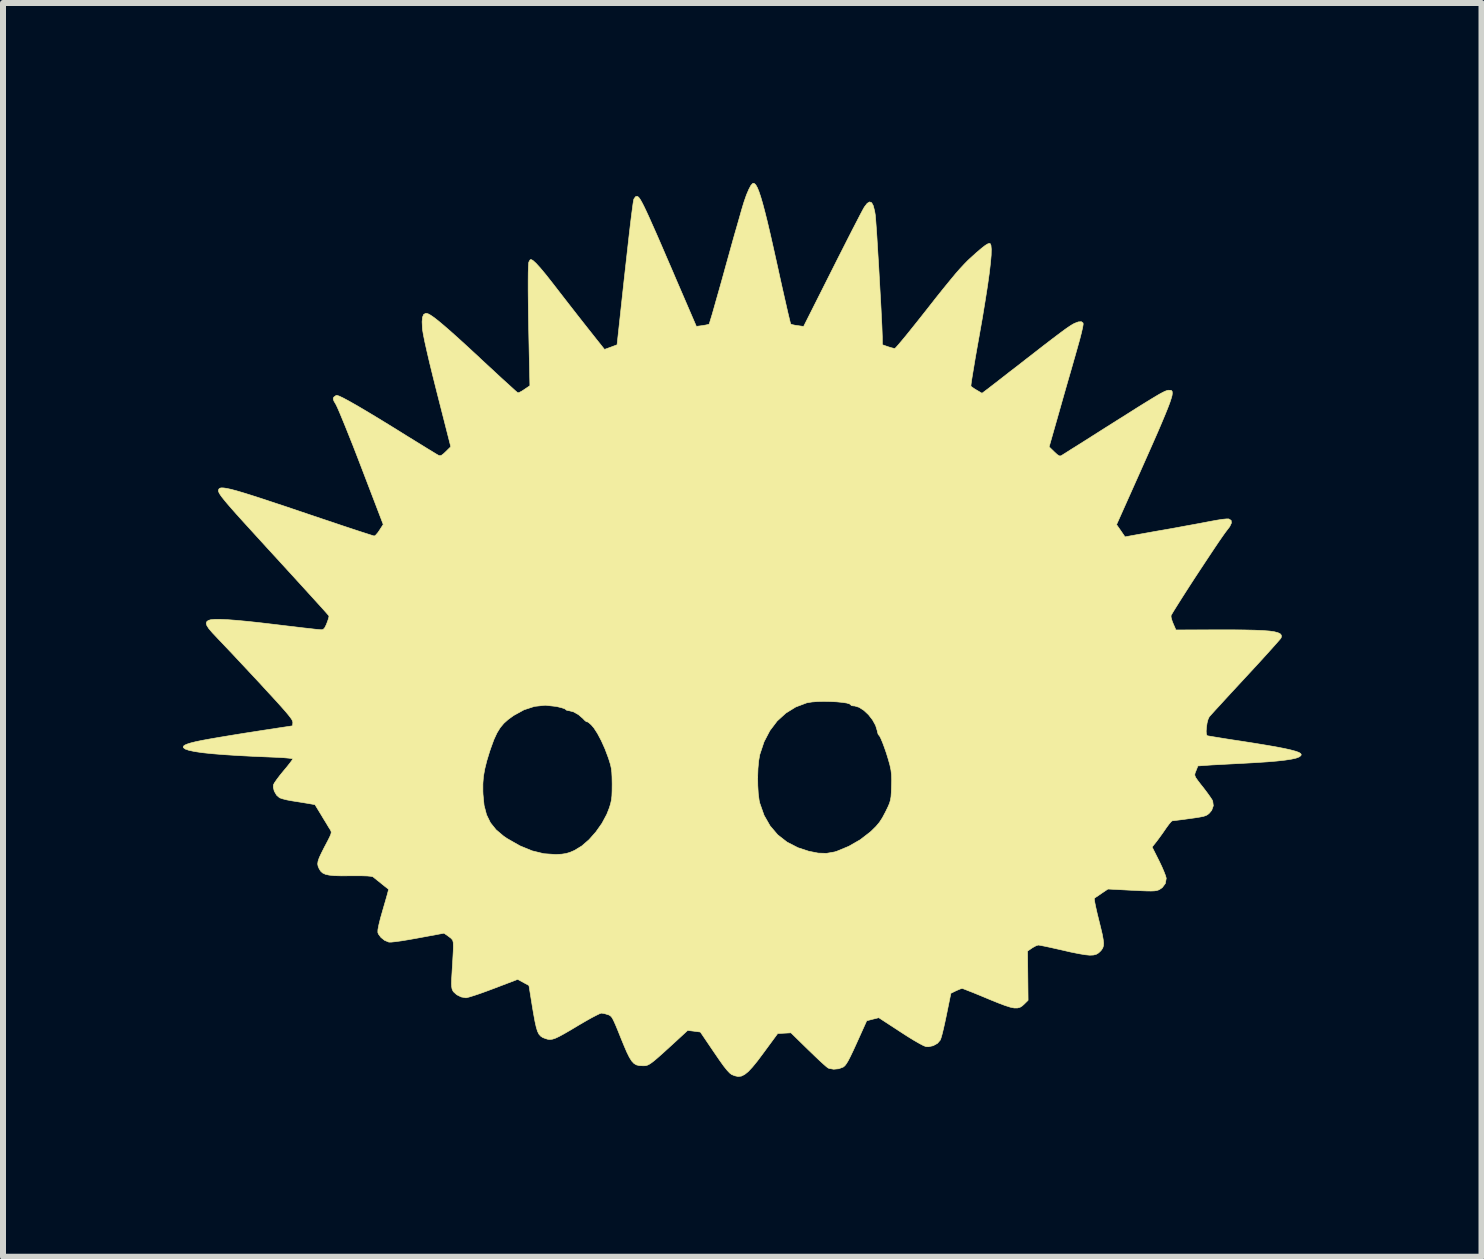
<source format=kicad_pcb>
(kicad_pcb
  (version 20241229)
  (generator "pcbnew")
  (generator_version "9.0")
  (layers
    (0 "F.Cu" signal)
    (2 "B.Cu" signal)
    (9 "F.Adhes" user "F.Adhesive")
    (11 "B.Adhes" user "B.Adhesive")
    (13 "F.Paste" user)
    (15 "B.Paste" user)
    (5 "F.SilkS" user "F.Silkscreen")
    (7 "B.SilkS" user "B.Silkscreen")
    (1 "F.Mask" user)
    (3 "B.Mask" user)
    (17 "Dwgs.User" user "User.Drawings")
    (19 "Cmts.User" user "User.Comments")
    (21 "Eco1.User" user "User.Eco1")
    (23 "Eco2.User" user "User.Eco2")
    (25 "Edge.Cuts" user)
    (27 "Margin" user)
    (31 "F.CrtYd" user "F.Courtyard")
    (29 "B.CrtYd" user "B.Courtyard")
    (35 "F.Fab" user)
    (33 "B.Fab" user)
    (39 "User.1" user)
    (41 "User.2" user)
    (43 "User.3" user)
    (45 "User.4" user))
  (footprint "corro_head"
    (layer "F.Cu")
    (at 9.315 7.449)
    (property "Reference" "corro_head" (at 0 0 0) (layer "F.SilkS") (effects (font (size 1.524 1.524) (thickness 0.3))))
    (attr through_hole)
    (fp_poly (pts (xy 0.215 -7.437) (xy 0.237 -7.413) (xy 0.261 -7.37) (xy 0.287 -7.306) (xy 0.316 -7.22) (xy 0.349 -7.108) (xy 0.386 -6.969) (xy 0.428 -6.801) (xy 0.475 -6.601) (xy 0.528 -6.367) (xy 0.588 -6.097) (xy 0.597 -6.057) (xy 0.638 -5.87) (xy 0.677 -5.695) (xy 0.713 -5.536) (xy 0.745 -5.395) (xy 0.772 -5.277) (xy 0.794 -5.186) (xy 0.809 -5.125) (xy 0.817 -5.098) (xy 0.818 -5.097) (xy 0.843 -5.087) (xy 0.894 -5.076) (xy 0.931 -5.071) (xy 1.032 -5.057) (xy 1.512 -6.011) (xy 1.604 -6.194) (xy 1.692 -6.367) (xy 1.774 -6.529) (xy 1.849 -6.676) (xy 1.915 -6.803) (xy 1.969 -6.908) (xy 2.011 -6.987) (xy 2.038 -7.036) (xy 2.045 -7.048) (xy 2.092 -7.109) (xy 2.132 -7.133) (xy 2.166 -7.12) (xy 2.193 -7.07) (xy 2.216 -6.981) (xy 2.227 -6.914) (xy 2.231 -6.869) (xy 2.237 -6.79) (xy 2.245 -6.682) (xy 2.254 -6.549) (xy 2.263 -6.397) (xy 2.273 -6.23) (xy 2.284 -6.053) (xy 2.294 -5.872) (xy 2.304 -5.691) (xy 2.314 -5.515) (xy 2.323 -5.349) (xy 2.33 -5.197) (xy 2.337 -5.066) (xy 2.341 -4.959) (xy 2.344 -4.881) (xy 2.344 -4.852) (xy 2.345 -4.752) (xy 2.436 -4.72) (xy 2.494 -4.702) (xy 2.539 -4.691) (xy 2.552 -4.689) (xy 2.569 -4.704) (xy 2.607 -4.747) (xy 2.664 -4.814) (xy 2.738 -4.903) (xy 2.824 -5.01) (xy 2.922 -5.132) (xy 3.028 -5.266) (xy 3.096 -5.352) (xy 3.241 -5.537) (xy 3.366 -5.693) (xy 3.473 -5.824) (xy 3.564 -5.934) (xy 3.643 -6.024) (xy 3.712 -6.098) (xy 3.773 -6.16) (xy 3.802 -6.187) (xy 3.911 -6.286) (xy 3.997 -6.359) (xy 4.06 -6.408) (xy 4.105 -6.435) (xy 4.133 -6.441) (xy 4.141 -6.439) (xy 4.155 -6.41) (xy 4.161 -6.346) (xy 4.159 -6.247) (xy 4.147 -6.113) (xy 4.127 -5.942) (xy 4.098 -5.735) (xy 4.06 -5.492) (xy 4.014 -5.211) (xy 3.958 -4.893) (xy 3.948 -4.838) (xy 3.918 -4.67) (xy 3.891 -4.515) (xy 3.868 -4.375) (xy 3.848 -4.256) (xy 3.833 -4.162) (xy 3.824 -4.097) (xy 3.821 -4.064) (xy 3.821 -4.061) (xy 3.843 -4.043) (xy 3.887 -4.013) (xy 3.919 -3.994) (xy 4.006 -3.943) (xy 4.079 -3.998) (xy 4.111 -4.022) (xy 4.17 -4.068) (xy 4.252 -4.131) (xy 4.352 -4.209) (xy 4.467 -4.299) (xy 4.594 -4.396) (xy 4.719 -4.494) (xy 4.892 -4.628) (xy 5.037 -4.741) (xy 5.157 -4.833) (xy 5.256 -4.908) (xy 5.336 -4.968) (xy 5.4 -5.015) (xy 5.451 -5.05) (xy 5.492 -5.077) (xy 5.526 -5.097) (xy 5.546 -5.108) (xy 5.612 -5.133) (xy 5.663 -5.136) (xy 5.691 -5.114) (xy 5.691 -5.114) (xy 5.692 -5.088) (xy 5.683 -5.037) (xy 5.665 -4.957) (xy 5.637 -4.847) (xy 5.597 -4.704) (xy 5.547 -4.527) (xy 5.54 -4.504) (xy 5.516 -4.419) (xy 5.483 -4.304) (xy 5.443 -4.166) (xy 5.399 -4.013) (xy 5.353 -3.852) (xy 5.307 -3.689) (xy 5.296 -3.65) (xy 5.125 -3.05) (xy 5.21 -2.967) (xy 5.261 -2.92) (xy 5.294 -2.899) (xy 5.32 -2.899) (xy 5.33 -2.904) (xy 5.353 -2.919) (xy 5.406 -2.952) (xy 5.484 -3.002) (xy 5.585 -3.065) (xy 5.704 -3.14) (xy 5.838 -3.225) (xy 5.983 -3.317) (xy 6.057 -3.364) (xy 6.263 -3.494) (xy 6.44 -3.605) (xy 6.588 -3.699) (xy 6.712 -3.776) (xy 6.813 -3.838) (xy 6.894 -3.887) (xy 6.958 -3.925) (xy 7.008 -3.952) (xy 7.045 -3.971) (xy 7.074 -3.983) (xy 7.096 -3.99) (xy 7.114 -3.993) (xy 7.121 -3.993) (xy 7.162 -3.991) (xy 7.177 -3.971) (xy 7.178 -3.934) (xy 7.173 -3.901) (xy 7.159 -3.853) (xy 7.137 -3.786) (xy 7.104 -3.699) (xy 7.06 -3.59) (xy 7.004 -3.456) (xy 6.936 -3.297) (xy 6.853 -3.108) (xy 6.756 -2.889) (xy 6.644 -2.637) (xy 6.619 -2.581) (xy 6.249 -1.753) (xy 6.32 -1.651) (xy 6.39 -1.549) (xy 6.482 -1.566) (xy 6.527 -1.574) (xy 6.603 -1.588) (xy 6.706 -1.606) (xy 6.827 -1.628) (xy 6.962 -1.652) (xy 7.073 -1.671) (xy 7.225 -1.698) (xy 7.38 -1.727) (xy 7.53 -1.754) (xy 7.664 -1.779) (xy 7.774 -1.8) (xy 7.822 -1.809) (xy 7.921 -1.827) (xy 8.008 -1.841) (xy 8.077 -1.848) (xy 8.118 -1.848) (xy 8.12 -1.848) (xy 8.159 -1.824) (xy 8.164 -1.781) (xy 8.135 -1.719) (xy 8.083 -1.651) (xy 8.056 -1.615) (xy 8.012 -1.553) (xy 7.954 -1.469) (xy 7.884 -1.365) (xy 7.806 -1.248) (xy 7.722 -1.121) (xy 7.634 -0.988) (xy 7.546 -0.854) (xy 7.461 -0.723) (xy 7.381 -0.598) (xy 7.309 -0.485) (xy 7.248 -0.388) (xy 7.2 -0.311) (xy 7.169 -0.258) (xy 7.156 -0.234) (xy 7.16 -0.2) (xy 7.176 -0.145) (xy 7.194 -0.1) (xy 7.239 0.003) (xy 7.942 0.001) (xy 8.181 0.001) (xy 8.384 0.003) (xy 8.552 0.007) (xy 8.689 0.013) (xy 8.798 0.021) (xy 8.88 0.033) (xy 8.938 0.048) (xy 8.976 0.066) (xy 8.995 0.089) (xy 8.997 0.115) (xy 8.992 0.134) (xy 8.977 0.155) (xy 8.937 0.201) (xy 8.877 0.269) (xy 8.798 0.357) (xy 8.704 0.461) (xy 8.597 0.578) (xy 8.48 0.705) (xy 8.403 0.788) (xy 8.28 0.921) (xy 8.165 1.045) (xy 8.06 1.159) (xy 7.969 1.259) (xy 7.893 1.341) (xy 7.837 1.403) (xy 7.802 1.442) (xy 7.793 1.453) (xy 7.774 1.494) (xy 7.758 1.554) (xy 7.748 1.623) (xy 7.743 1.688) (xy 7.746 1.74) (xy 7.758 1.765) (xy 7.76 1.766) (xy 7.786 1.771) (xy 7.845 1.781) (xy 7.931 1.795) (xy 8.041 1.813) (xy 8.168 1.833) (xy 8.308 1.854) (xy 8.314 1.855) (xy 8.551 1.892) (xy 8.751 1.925) (xy 8.918 1.954) (xy 9.052 1.98) (xy 9.157 2.004) (xy 9.235 2.025) (xy 9.288 2.044) (xy 9.318 2.063) (xy 9.328 2.082) (xy 9.321 2.099) (xy 9.291 2.121) (xy 9.24 2.14) (xy 9.163 2.157) (xy 9.059 2.173) (xy 8.925 2.188) (xy 8.759 2.202) (xy 8.558 2.215) (xy 8.343 2.227) (xy 8.207 2.234) (xy 8.073 2.241) (xy 7.95 2.248) (xy 7.847 2.253) (xy 7.773 2.258) (xy 7.764 2.259) (xy 7.605 2.27) (xy 7.574 2.349) (xy 7.56 2.383) (xy 7.553 2.41) (xy 7.556 2.436) (xy 7.571 2.468) (xy 7.602 2.512) (xy 7.651 2.576) (xy 7.702 2.64) (xy 7.758 2.714) (xy 7.806 2.781) (xy 7.84 2.832) (xy 7.852 2.856) (xy 7.862 2.934) (xy 7.835 3.01) (xy 7.795 3.058) (xy 7.769 3.08) (xy 7.739 3.097) (xy 7.696 3.111) (xy 7.634 3.123) (xy 7.545 3.137) (xy 7.47 3.147) (xy 7.371 3.161) (xy 7.284 3.172) (xy 7.219 3.18) (xy 7.183 3.184) (xy 7.178 3.184) (xy 7.158 3.2) (xy 7.124 3.24) (xy 7.081 3.298) (xy 7.068 3.317) (xy 7.015 3.394) (xy 6.959 3.471) (xy 6.913 3.533) (xy 6.911 3.535) (xy 6.842 3.622) (xy 6.959 3.855) (xy 7.003 3.947) (xy 7.039 4.031) (xy 7.065 4.098) (xy 7.077 4.141) (xy 7.077 4.145) (xy 7.062 4.23) (xy 7.011 4.298) (xy 6.966 4.329) (xy 6.942 4.34) (xy 6.914 4.348) (xy 6.877 4.353) (xy 6.824 4.355) (xy 6.751 4.354) (xy 6.651 4.35) (xy 6.518 4.343) (xy 6.504 4.343) (xy 6.106 4.322) (xy 6 4.393) (xy 5.944 4.432) (xy 5.9 4.461) (xy 5.879 4.475) (xy 5.879 4.496) (xy 5.887 4.549) (xy 5.903 4.627) (xy 5.925 4.725) (xy 5.95 4.826) (xy 5.985 4.968) (xy 6.011 5.078) (xy 6.026 5.161) (xy 6.033 5.223) (xy 6.03 5.269) (xy 6.019 5.304) (xy 6 5.335) (xy 5.983 5.355) (xy 5.949 5.387) (xy 5.911 5.41) (xy 5.864 5.422) (xy 5.802 5.425) (xy 5.722 5.417) (xy 5.617 5.399) (xy 5.482 5.372) (xy 5.366 5.345) (xy 5.246 5.318) (xy 5.139 5.294) (xy 5.049 5.275) (xy 4.983 5.262) (xy 4.948 5.256) (xy 4.945 5.256) (xy 4.91 5.266) (xy 4.86 5.293) (xy 4.839 5.306) (xy 4.765 5.357) (xy 4.774 6.177) (xy 4.715 6.235) (xy 4.677 6.27) (xy 4.639 6.294) (xy 4.596 6.305) (xy 4.543 6.305) (xy 4.475 6.291) (xy 4.388 6.263) (xy 4.277 6.221) (xy 4.136 6.164) (xy 4.096 6.147) (xy 3.978 6.098) (xy 3.873 6.055) (xy 3.784 6.02) (xy 3.718 5.994) (xy 3.68 5.98) (xy 3.674 5.979) (xy 3.646 5.987) (xy 3.598 6.007) (xy 3.571 6.019) (xy 3.487 6.06) (xy 3.413 6.423) (xy 3.388 6.541) (xy 3.364 6.649) (xy 3.342 6.739) (xy 3.323 6.805) (xy 3.311 6.839) (xy 3.264 6.894) (xy 3.192 6.934) (xy 3.113 6.951) (xy 3.073 6.949) (xy 3.033 6.934) (xy 2.966 6.899) (xy 2.875 6.847) (xy 2.766 6.78) (xy 2.645 6.702) (xy 2.285 6.467) (xy 2.185 6.492) (xy 2.084 6.518) (xy 1.918 6.886) (xy 1.859 7.015) (xy 1.812 7.113) (xy 1.775 7.185) (xy 1.745 7.234) (xy 1.72 7.267) (xy 1.696 7.287) (xy 1.692 7.29) (xy 1.618 7.318) (xy 1.533 7.326) (xy 1.455 7.312) (xy 1.44 7.305) (xy 1.413 7.285) (xy 1.364 7.242) (xy 1.296 7.18) (xy 1.216 7.104) (xy 1.128 7.019) (xy 1.109 7.001) (xy 0.821 6.719) (xy 0.71 6.725) (xy 0.6 6.731) (xy 0.363 7.053) (xy 0.263 7.187) (xy 0.179 7.29) (xy 0.109 7.365) (xy 0.048 7.414) (xy -0.007 7.441) (xy -0.061 7.447) (xy -0.117 7.435) (xy -0.17 7.413) (xy -0.201 7.389) (xy -0.244 7.343) (xy -0.3 7.273) (xy -0.371 7.174) (xy -0.46 7.044) (xy -0.46 7.044) (xy -0.689 6.706) (xy -0.795 6.692) (xy -0.901 6.679) (xy -1.08 6.844) (xy -1.208 6.961) (xy -1.31 7.054) (xy -1.391 7.126) (xy -1.454 7.18) (xy -1.503 7.218) (xy -1.541 7.243) (xy -1.571 7.258) (xy -1.599 7.266) (xy -1.626 7.268) (xy -1.652 7.268) (xy -1.708 7.265) (xy -1.755 7.254) (xy -1.796 7.23) (xy -1.834 7.189) (xy -1.873 7.127) (xy -1.916 7.04) (xy -1.966 6.923) (xy -2.012 6.811) (xy -2.062 6.686) (xy -2.101 6.592) (xy -2.131 6.525) (xy -2.154 6.479) (xy -2.174 6.45) (xy -2.194 6.433) (xy -2.215 6.421) (xy -2.228 6.417) (xy -2.286 6.399) (xy -2.335 6.391) (xy -2.339 6.391) (xy -2.368 6.4) (xy -2.424 6.427) (xy -2.503 6.468) (xy -2.597 6.521) (xy -2.702 6.582) (xy -2.727 6.597) (xy -2.859 6.676) (xy -2.963 6.736) (xy -3.044 6.78) (xy -3.106 6.809) (xy -3.155 6.825) (xy -3.195 6.83) (xy -3.231 6.827) (xy -3.268 6.816) (xy -3.271 6.815) (xy -3.316 6.798) (xy -3.352 6.774) (xy -3.381 6.741) (xy -3.405 6.692) (xy -3.426 6.622) (xy -3.447 6.528) (xy -3.47 6.402) (xy -3.486 6.308) (xy -3.547 5.93) (xy -3.735 5.828) (xy -4.139 5.982) (xy -4.26 6.027) (xy -4.371 6.067) (xy -4.467 6.099) (xy -4.542 6.122) (xy -4.589 6.134) (xy -4.598 6.135) (xy -4.677 6.121) (xy -4.751 6.084) (xy -4.807 6.033) (xy -4.817 6.015) (xy -4.829 5.988) (xy -4.835 5.951) (xy -4.838 5.9) (xy -4.836 5.826) (xy -4.83 5.724) (xy -4.827 5.671) (xy -4.82 5.559) (xy -4.814 5.45) (xy -4.809 5.357) (xy -4.807 5.289) (xy -4.807 5.275) (xy -4.809 5.212) (xy -4.819 5.173) (xy -4.846 5.143) (xy -4.885 5.113) (xy -4.963 5.058) (xy -5.395 5.138) (xy -5.541 5.164) (xy -5.667 5.185) (xy -5.769 5.199) (xy -5.843 5.207) (xy -5.883 5.207) (xy -5.884 5.206) (xy -5.953 5.178) (xy -6.014 5.129) (xy -6.057 5.071) (xy -6.066 5.045) (xy -6.065 5.001) (xy -6.05 4.922) (xy -6.022 4.808) (xy -5.98 4.661) (xy -5.98 4.661) (xy -5.949 4.554) (xy -5.922 4.461) (xy -5.902 4.388) (xy -5.89 4.341) (xy -5.887 4.326) (xy -5.903 4.313) (xy -5.942 4.283) (xy -5.996 4.24) (xy -6.008 4.23) (xy -6.068 4.182) (xy -6.118 4.142) (xy -6.148 4.118) (xy -6.151 4.117) (xy -6.18 4.11) (xy -6.243 4.104) (xy -6.337 4.101) (xy -6.457 4.101) (xy -6.526 4.101) (xy -6.675 4.102) (xy -6.791 4.099) (xy -6.878 4.09) (xy -6.941 4.076) (xy -6.987 4.054) (xy -7.02 4.023) (xy -7.044 3.984) (xy -7.062 3.943) (xy -7.069 3.904) (xy -7.063 3.859) (xy -7.043 3.8) (xy -7.007 3.723) (xy -6.954 3.618) (xy -6.951 3.613) (xy -6.902 3.52) (xy -6.869 3.454) (xy -6.85 3.41) (xy -6.843 3.379) (xy -6.847 3.357) (xy -6.858 3.335) (xy -6.863 3.327) (xy -6.888 3.288) (xy -6.926 3.224) (xy -6.973 3.148) (xy -7.005 3.094) (xy -7.114 2.915) (xy -7.235 2.894) (xy -7.32 2.88) (xy -7.42 2.864) (xy -7.503 2.851) (xy -7.583 2.836) (xy -7.654 2.818) (xy -7.703 2.801) (xy -7.705 2.8) (xy -7.754 2.757) (xy -7.791 2.693) (xy -4.315 2.693) (xy -4.313 2.742) (xy -4.295 2.927) (xy -4.254 3.084) (xy -4.189 3.217) (xy -4.095 3.334) (xy -3.971 3.439) (xy -3.911 3.48) (xy -3.699 3.601) (xy -3.495 3.685) (xy -3.298 3.733) (xy -3.106 3.746) (xy -3.097 3.746) (xy -3.002 3.741) (xy -2.929 3.73) (xy -2.864 3.711) (xy -2.79 3.679) (xy -2.788 3.678) (xy -2.666 3.604) (xy -2.545 3.499) (xy -2.431 3.37) (xy -2.33 3.227) (xy -2.249 3.076) (xy -2.207 2.969) (xy -2.186 2.9) (xy -2.172 2.837) (xy -2.164 2.769) (xy -2.161 2.683) (xy -2.16 2.57) (xy -2.16 2.569) (xy -2.162 2.459) (xy -2.162 2.455) (xy 0.266 2.455) (xy 0.268 2.599) (xy 0.276 2.733) (xy 0.291 2.846) (xy 0.301 2.89) (xy 0.373 3.094) (xy 0.473 3.269) (xy 0.6 3.418) (xy 0.755 3.539) (xy 0.938 3.633) (xy 1.118 3.692) (xy 1.275 3.723) (xy 1.414 3.727) (xy 1.546 3.704) (xy 1.588 3.691) (xy 1.786 3.609) (xy 1.976 3.5) (xy 2.143 3.371) (xy 2.162 3.354) (xy 2.239 3.278) (xy 2.296 3.21) (xy 2.346 3.133) (xy 2.398 3.035) (xy 2.437 2.955) (xy 2.463 2.895) (xy 2.479 2.841) (xy 2.489 2.783) (xy 2.494 2.708) (xy 2.497 2.621) (xy 2.5 2.506) (xy 2.497 2.416) (xy 2.488 2.338) (xy 2.471 2.258) (xy 2.465 2.235) (xy 2.44 2.148) (xy 2.411 2.054) (xy 2.379 1.962) (xy 2.348 1.879) (xy 2.32 1.813) (xy 2.298 1.77) (xy 2.287 1.758) (xy 2.274 1.741) (xy 2.262 1.699) (xy 2.26 1.685) (xy 2.232 1.594) (xy 2.181 1.502) (xy 2.114 1.416) (xy 2.037 1.344) (xy 1.958 1.293) (xy 1.884 1.27) (xy 1.873 1.27) (xy 1.833 1.265) (xy 1.817 1.252) (xy 1.799 1.236) (xy 1.749 1.221) (xy 1.673 1.21) (xy 1.581 1.201) (xy 1.477 1.196) (xy 1.37 1.194) (xy 1.267 1.196) (xy 1.175 1.203) (xy 1.1 1.215) (xy 1.084 1.218) (xy 0.901 1.287) (xy 0.736 1.389) (xy 0.591 1.521) (xy 0.469 1.682) (xy 0.372 1.868) (xy 0.302 2.078) (xy 0.301 2.081) (xy 0.283 2.184) (xy 0.271 2.313) (xy 0.266 2.455) (xy -2.162 2.455) (xy -2.166 2.377) (xy -2.174 2.31) (xy -2.188 2.246) (xy -2.21 2.175) (xy -2.223 2.135) (xy -2.279 1.986) (xy -2.341 1.848) (xy -2.404 1.729) (xy -2.465 1.635) (xy -2.509 1.584) (xy -2.549 1.549) (xy -2.574 1.533) (xy -2.579 1.535) (xy -2.591 1.532) (xy -2.621 1.507) (xy -2.647 1.479) (xy -2.721 1.415) (xy -2.802 1.369) (xy -2.878 1.349) (xy -2.889 1.348) (xy -2.924 1.339) (xy -2.934 1.328) (xy -2.955 1.315) (xy -3.005 1.299) (xy -3.074 1.282) (xy -3.092 1.278) (xy -3.275 1.258) (xy -3.454 1.277) (xy -3.629 1.334) (xy -3.802 1.429) (xy -3.893 1.495) (xy -3.965 1.559) (xy -4.026 1.632) (xy -4.08 1.72) (xy -4.131 1.83) (xy -4.182 1.97) (xy -4.2 2.022) (xy -4.249 2.182) (xy -4.283 2.318) (xy -4.305 2.441) (xy -4.315 2.562) (xy -4.315 2.693) (xy -7.791 2.693) (xy -7.792 2.693) (xy -7.809 2.624) (xy -7.807 2.586) (xy -7.79 2.553) (xy -7.753 2.499) (xy -7.701 2.43) (xy -7.64 2.355) (xy -7.639 2.354) (xy -7.579 2.282) (xy -7.53 2.22) (xy -7.497 2.175) (xy -7.483 2.153) (xy -7.483 2.152) (xy -7.502 2.146) (xy -7.553 2.14) (xy -7.631 2.133) (xy -7.73 2.127) (xy -7.83 2.123) (xy -8.138 2.11) (xy -8.408 2.096) (xy -8.64 2.081) (xy -8.837 2.065) (xy -8.998 2.048) (xy -9.124 2.029) (xy -9.217 2.009) (xy -9.278 1.988) (xy -9.307 1.965) (xy -9.31 1.954) (xy -9.304 1.938) (xy -9.283 1.922) (xy -9.244 1.905) (xy -9.187 1.887) (xy -9.107 1.867) (xy -9.002 1.845) (xy -8.871 1.821) (xy -8.709 1.793) (xy -8.516 1.761) (xy -8.288 1.724) (xy -8.132 1.7) (xy -7.98 1.676) (xy -7.84 1.655) (xy -7.718 1.636) (xy -7.618 1.621) (xy -7.544 1.61) (xy -7.501 1.603) (xy -7.492 1.602) (xy -7.486 1.585) (xy -7.483 1.544) (xy -7.483 1.544) (xy -7.487 1.525) (xy -7.498 1.5) (xy -7.521 1.466) (xy -7.556 1.421) (xy -7.606 1.361) (xy -7.674 1.284) (xy -7.762 1.186) (xy -7.872 1.067) (xy -8.006 0.921) (xy -8.013 0.913) (xy -8.139 0.778) (xy -8.264 0.644) (xy -8.385 0.515) (xy -8.496 0.396) (xy -8.595 0.292) (xy -8.675 0.207) (xy -8.734 0.146) (xy -8.736 0.143) (xy -8.823 0.051) (xy -8.883 -0.019) (xy -8.917 -0.072) (xy -8.927 -0.11) (xy -8.916 -0.138) (xy -8.891 -0.156) (xy -8.851 -0.168) (xy -8.784 -0.174) (xy -8.689 -0.174) (xy -8.563 -0.168) (xy -8.407 -0.156) (xy -8.216 -0.138) (xy -7.991 -0.113) (xy -7.778 -0.088) (xy -7.613 -0.068) (xy -7.458 -0.05) (xy -7.319 -0.033) (xy -7.2 -0.02) (xy -7.105 -0.009) (xy -7.04 -0.003) (xy -7.008 -0.000004) (xy -7.008 0) (xy -6.978 -0.006) (xy -6.953 -0.031) (xy -6.927 -0.082) (xy -6.917 -0.107) (xy -6.895 -0.167) (xy -6.882 -0.213) (xy -6.881 -0.231) (xy -6.895 -0.248) (xy -6.933 -0.292) (xy -6.993 -0.359) (xy -7.073 -0.447) (xy -7.17 -0.554) (xy -7.282 -0.677) (xy -7.407 -0.814) (xy -7.542 -0.962) (xy -7.686 -1.119) (xy -7.701 -1.136) (xy -7.892 -1.344) (xy -8.058 -1.526) (xy -8.201 -1.683) (xy -8.323 -1.817) (xy -8.425 -1.93) (xy -8.508 -2.024) (xy -8.575 -2.101) (xy -8.627 -2.164) (xy -8.666 -2.213) (xy -8.694 -2.252) (xy -8.711 -2.281) (xy -8.721 -2.303) (xy -8.724 -2.32) (xy -8.721 -2.334) (xy -8.72 -2.338) (xy -8.711 -2.352) (xy -8.695 -2.362) (xy -8.669 -2.366) (xy -8.632 -2.364) (xy -8.58 -2.356) (xy -8.512 -2.341) (xy -8.425 -2.318) (xy -8.316 -2.286) (xy -8.184 -2.245) (xy -8.025 -2.194) (xy -7.838 -2.132) (xy -7.62 -2.06) (xy -7.369 -1.975) (xy -7.221 -1.925) (xy -7.025 -1.859) (xy -6.839 -1.797) (xy -6.668 -1.739) (xy -6.514 -1.688) (xy -6.381 -1.644) (xy -6.272 -1.609) (xy -6.191 -1.583) (xy -6.141 -1.567) (xy -6.125 -1.563) (xy -6.102 -1.578) (xy -6.067 -1.618) (xy -6.038 -1.66) (xy -5.976 -1.756) (xy -6.341 -2.71) (xy -6.413 -2.897) (xy -6.482 -3.075) (xy -6.548 -3.24) (xy -6.608 -3.39) (xy -6.661 -3.519) (xy -6.705 -3.625) (xy -6.739 -3.703) (xy -6.761 -3.749) (xy -6.765 -3.757) (xy -6.798 -3.813) (xy -6.81 -3.849) (xy -6.803 -3.874) (xy -6.799 -3.879) (xy -6.767 -3.903) (xy -6.75 -3.908) (xy -6.713 -3.897) (xy -6.643 -3.864) (xy -6.541 -3.809) (xy -6.407 -3.733) (xy -6.241 -3.635) (xy -6.042 -3.515) (xy -5.812 -3.374) (xy -5.741 -3.33) (xy -5.597 -3.24) (xy -5.462 -3.157) (xy -5.34 -3.082) (xy -5.235 -3.017) (xy -5.151 -2.966) (xy -5.092 -2.93) (xy -5.061 -2.912) (xy -5.06 -2.911) (xy -5.032 -2.901) (xy -5.006 -2.908) (xy -4.969 -2.936) (xy -4.933 -2.97) (xy -4.85 -3.052) (xy -5.08 -3.955) (xy -5.147 -4.222) (xy -5.203 -4.451) (xy -5.248 -4.644) (xy -5.283 -4.8) (xy -5.307 -4.92) (xy -5.321 -5.004) (xy -5.323 -5.026) (xy -5.328 -5.136) (xy -5.321 -5.211) (xy -5.302 -5.257) (xy -5.268 -5.275) (xy -5.258 -5.275) (xy -5.229 -5.268) (xy -5.188 -5.246) (xy -5.131 -5.207) (xy -5.058 -5.15) (xy -4.966 -5.073) (xy -4.853 -4.975) (xy -4.719 -4.855) (xy -4.56 -4.71) (xy -4.375 -4.539) (xy -4.359 -4.523) (xy -4.229 -4.403) (xy -4.108 -4.291) (xy -3.999 -4.19) (xy -3.904 -4.104) (xy -3.827 -4.034) (xy -3.771 -3.983) (xy -3.738 -3.955) (xy -3.732 -3.95) (xy -3.707 -3.957) (xy -3.662 -3.981) (xy -3.623 -4.007) (xy -3.531 -4.069) (xy -3.544 -4.658) (xy -3.55 -4.952) (xy -3.555 -5.217) (xy -3.558 -5.45) (xy -3.56 -5.652) (xy -3.56 -5.82) (xy -3.559 -5.953) (xy -3.556 -6.051) (xy -3.552 -6.111) (xy -3.549 -6.13) (xy -3.53 -6.164) (xy -3.515 -6.174) (xy -3.482 -6.158) (xy -3.429 -6.11) (xy -3.357 -6.031) (xy -3.267 -5.923) (xy -3.17 -5.8) (xy -3.036 -5.627) (xy -2.887 -5.435) (xy -2.731 -5.235) (xy -2.576 -5.038) (xy -2.432 -4.856) (xy -2.429 -4.852) (xy -2.287 -4.674) (xy -2.182 -4.712) (xy -2.078 -4.751) (xy -2.034 -5.155) (xy -1.995 -5.516) (xy -1.96 -5.838) (xy -1.928 -6.124) (xy -1.9 -6.374) (xy -1.876 -6.588) (xy -1.855 -6.768) (xy -1.837 -6.914) (xy -1.822 -7.028) (xy -1.811 -7.11) (xy -1.802 -7.161) (xy -1.798 -7.18) (xy -1.77 -7.22) (xy -1.744 -7.226) (xy -1.732 -7.221) (xy -1.718 -7.21) (xy -1.702 -7.19) (xy -1.682 -7.158) (xy -1.657 -7.113) (xy -1.626 -7.052) (xy -1.588 -6.972) (xy -1.542 -6.872) (xy -1.487 -6.748) (xy -1.421 -6.6) (xy -1.344 -6.423) (xy -1.255 -6.216) (xy -1.151 -5.976) (xy -1.104 -5.865) (xy -0.756 -5.058) (xy -0.656 -5.071) (xy -0.597 -5.081) (xy -0.555 -5.091) (xy -0.543 -5.097) (xy -0.536 -5.117) (xy -0.519 -5.172) (xy -0.493 -5.257) (xy -0.461 -5.369) (xy -0.423 -5.504) (xy -0.379 -5.658) (xy -0.331 -5.828) (xy -0.281 -6.009) (xy -0.276 -6.028) (xy -0.223 -6.218) (xy -0.172 -6.402) (xy -0.123 -6.577) (xy -0.077 -6.736) (xy -0.037 -6.876) (xy -0.004 -6.993) (xy 0.022 -7.08) (xy 0.038 -7.132) (xy 0.079 -7.25) (xy 0.119 -7.343) (xy 0.154 -7.409) (xy 0.184 -7.441) (xy 0.194 -7.444) (xy 0.215 -7.437)) (stroke (width 0.01) (type solid)) (fill yes) (layer "F.SilkS")))
  (gr_rect
    (start -3 -3)
    (end 21.648 17.901)
    (stroke (width 0.1) (type default))
    (fill no)
    (layer "Edge.Cuts")))
</source>
